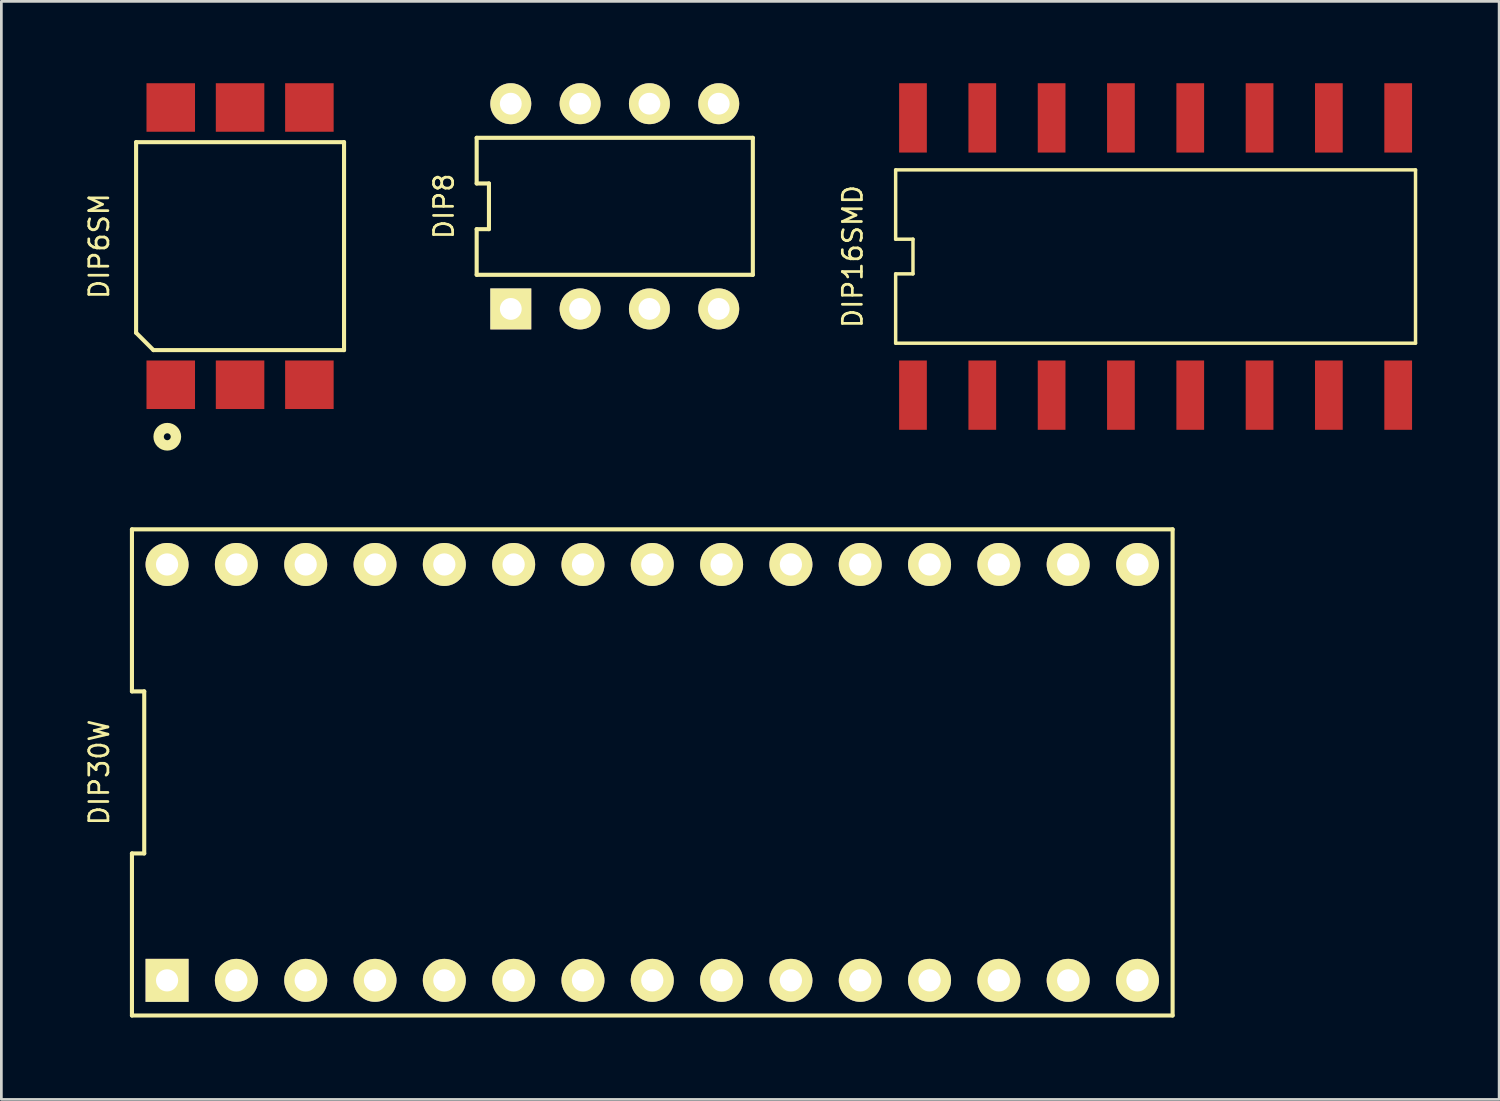
<source format=kicad_pcb>
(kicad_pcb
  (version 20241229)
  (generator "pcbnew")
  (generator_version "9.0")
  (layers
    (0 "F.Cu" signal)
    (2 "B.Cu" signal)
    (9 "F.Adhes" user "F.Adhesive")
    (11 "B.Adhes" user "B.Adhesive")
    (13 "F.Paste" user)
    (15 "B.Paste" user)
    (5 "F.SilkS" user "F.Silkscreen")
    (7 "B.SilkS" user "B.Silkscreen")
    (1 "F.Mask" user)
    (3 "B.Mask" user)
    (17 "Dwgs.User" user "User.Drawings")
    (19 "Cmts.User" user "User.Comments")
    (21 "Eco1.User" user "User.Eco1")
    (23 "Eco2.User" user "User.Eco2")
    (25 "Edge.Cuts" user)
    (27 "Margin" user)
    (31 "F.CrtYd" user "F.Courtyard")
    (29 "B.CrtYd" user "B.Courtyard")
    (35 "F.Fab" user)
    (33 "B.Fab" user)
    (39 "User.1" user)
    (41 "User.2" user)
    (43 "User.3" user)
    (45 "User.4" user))
  (footprint "DIP16SMD"
    (layer "F.Cu")
    (at 39.295 6.35)
    (property "Reference" "DIP16SMD" (at -11.098 0 90) (layer "F.SilkS") (effects (font (size 0.7 0.7) (thickness 0.1))))
    (attr through_hole)
    (fp_line (start -9.525 -3.175) (end 9.525 -3.175) (stroke (width 0.127) (type solid)) (layer "F.SilkS"))
    (fp_line (start -9.525 -0.635) (end -9.525 -3.175) (stroke (width 0.127) (type solid)) (layer "F.SilkS"))
    (fp_line (start -9.525 0.635) (end -8.89 0.635) (stroke (width 0.127) (type solid)) (layer "F.SilkS"))
    (fp_line (start -9.525 3.175) (end -9.525 0.635) (stroke (width 0.127) (type solid)) (layer "F.SilkS"))
    (fp_line (start -8.89 -0.635) (end -9.525 -0.635) (stroke (width 0.127) (type solid)) (layer "F.SilkS"))
    (fp_line (start -8.89 0.635) (end -8.89 -0.635) (stroke (width 0.127) (type solid)) (layer "F.SilkS"))
    (fp_line (start 9.525 -3.175) (end 9.525 3.175) (stroke (width 0.127) (type solid)) (layer "F.SilkS"))
    (fp_line (start 9.525 3.175) (end -9.525 3.175) (stroke (width 0.127) (type solid)) (layer "F.SilkS"))
    (pad "1" smd rect (at -8.89 5.08) (size 1.016 2.54) (layers "F.Cu" "F.Mask" "F.Paste"))
    (pad "2" smd rect (at -6.35 5.08) (size 1.016 2.54) (layers "F.Cu" "F.Mask" "F.Paste"))
    (pad "3" smd rect (at -3.81 5.08) (size 1.016 2.54) (layers "F.Cu" "F.Mask" "F.Paste"))
    (pad "4" smd rect (at -1.27 5.08) (size 1.016 2.54) (layers "F.Cu" "F.Mask" "F.Paste"))
    (pad "5" smd rect (at 1.27 5.08) (size 1.016 2.54) (layers "F.Cu" "F.Mask" "F.Paste"))
    (pad "6" smd rect (at 3.81 5.08) (size 1.016 2.54) (layers "F.Cu" "F.Mask" "F.Paste"))
    (pad "7" smd rect (at 6.35 5.08) (size 1.016 2.54) (layers "F.Cu" "F.Mask" "F.Paste"))
    (pad "8" smd rect (at 8.89 5.08) (size 1.016 2.54) (layers "F.Cu" "F.Mask" "F.Paste"))
    (pad "9" smd rect (at 8.89 -5.08) (size 1.016 2.54) (layers "F.Cu" "F.Mask" "F.Paste"))
    (pad "10" smd rect (at 6.35 -5.08) (size 1.016 2.54) (layers "F.Cu" "F.Mask" "F.Paste"))
    (pad "11" smd rect (at 3.81 -5.08) (size 1.016 2.54) (layers "F.Cu" "F.Mask" "F.Paste"))
    (pad "12" smd rect (at 1.27 -5.08) (size 1.016 2.54) (layers "F.Cu" "F.Mask" "F.Paste"))
    (pad "13" smd rect (at -1.27 -5.08) (size 1.016 2.54) (layers "F.Cu" "F.Mask" "F.Paste"))
    (pad "14" smd rect (at -3.81 -5.08) (size 1.016 2.54) (layers "F.Cu" "F.Mask" "F.Paste"))
    (pad "15" smd rect (at -6.35 -5.08) (size 1.016 2.54) (layers "F.Cu" "F.Mask" "F.Paste"))
    (pad "16" smd rect (at -8.89 -5.08) (size 1.016 2.54) (layers "F.Cu" "F.Mask" "F.Paste")))
  (footprint "DIP8"
    (layer "F.Cu")
    (at 19.477 4.51)
    (property "Reference" "DIP8" (at -6.26 0 90) (layer "F.SilkS") (effects (font (size 0.7 0.7) (thickness 0.1))))
    (attr through_hole)
    (fp_line (start -5.06 -2.51) (end -5.06 -0.837) (stroke (width 0.15) (type solid)) (layer "F.SilkS"))
    (fp_line (start -5.06 -0.837) (end -4.61 -0.837) (stroke (width 0.15) (type solid)) (layer "F.SilkS"))
    (fp_line (start -5.06 0.837) (end -5.06 2.51) (stroke (width 0.15) (type solid)) (layer "F.SilkS"))
    (fp_line (start -5.06 2.51) (end 5.06 2.51) (stroke (width 0.15) (type solid)) (layer "F.SilkS"))
    (fp_line (start -4.61 -0.837) (end -4.61 0.837) (stroke (width 0.15) (type solid)) (layer "F.SilkS"))
    (fp_line (start -4.61 0.837) (end -5.06 0.837) (stroke (width 0.15) (type solid)) (layer "F.SilkS"))
    (fp_line (start 5.06 -2.51) (end -5.06 -2.51) (stroke (width 0.15) (type solid)) (layer "F.SilkS"))
    (fp_line (start 5.06 2.51) (end 5.06 -2.51) (stroke (width 0.15) (type solid)) (layer "F.SilkS"))
    (pad "1" thru_hole rect (at -3.81 3.76) (size 1.5 1.5) (drill 0.8) (layers "*.Cu" "*.Mask" "F.SilkS"))
    (pad "2" thru_hole circle (at -1.27 3.76) (size 1.5 1.5) (drill 0.8) (layers "*.Cu" "*.Mask" "F.SilkS"))
    (pad "3" thru_hole circle (at 1.27 3.76) (size 1.5 1.5) (drill 0.8) (layers "*.Cu" "*.Mask" "F.SilkS"))
    (pad "4" thru_hole circle (at 3.81 3.76) (size 1.5 1.5) (drill 0.8) (layers "*.Cu" "*.Mask" "F.SilkS"))
    (pad "5" thru_hole circle (at 3.81 -3.76) (size 1.5 1.5) (drill 0.8) (layers "*.Cu" "*.Mask" "F.SilkS"))
    (pad "6" thru_hole circle (at 1.27 -3.76) (size 1.5 1.5) (drill 0.8) (layers "*.Cu" "*.Mask" "F.SilkS"))
    (pad "7" thru_hole circle (at -1.27 -3.76) (size 1.5 1.5) (drill 0.8) (layers "*.Cu" "*.Mask" "F.SilkS"))
    (pad "8" thru_hole circle (at -3.81 -3.76) (size 1.5 1.5) (drill 0.8) (layers "*.Cu" "*.Mask" "F.SilkS")))
  (footprint "DIP6SM"
    (layer "F.Cu")
    (at 5.747 5.969)
    (property "Reference" "DIP6SM" (at -5.162 0 90) (layer "F.SilkS") (effects (font (size 0.7 0.7) (thickness 0.1))))
    (attr through_hole)
    (fp_line (start -3.81 -3.81) (end 3.81 -3.81) (stroke (width 0.15) (type solid)) (layer "F.SilkS"))
    (fp_line (start -3.81 3.175) (end -3.81 -3.81) (stroke (width 0.15) (type solid)) (layer "F.SilkS"))
    (fp_line (start -3.175 3.81) (end -3.81 3.175) (stroke (width 0.15) (type solid)) (layer "F.SilkS"))
    (fp_line (start 3.81 -3.81) (end 3.81 3.81) (stroke (width 0.15) (type solid)) (layer "F.SilkS"))
    (fp_line (start 3.81 3.81) (end -3.175 3.81) (stroke (width 0.15) (type solid)) (layer "F.SilkS"))
    (fp_circle (center -2.667 6.985) (end -2.54 6.985) (stroke (width 0.381) (type solid)) (fill no) (layer "F.SilkS"))
    (pad "1" smd rect (at -2.54 5.08) (size 1.778 1.778) (layers "F.Cu" "F.Mask" "F.Paste"))
    (pad "2" smd rect (at 0 5.08) (size 1.778 1.778) (layers "F.Cu" "F.Mask" "F.Paste"))
    (pad "3" smd rect (at 2.54 5.08) (size 1.778 1.778) (layers "F.Cu" "F.Mask" "F.Paste"))
    (pad "4" smd rect (at 2.54 -5.08) (size 1.778 1.778) (layers "F.Cu" "F.Mask" "F.Paste"))
    (pad "5" smd rect (at 0 -5.08) (size 1.778 1.778) (layers "F.Cu" "F.Mask" "F.Paste"))
    (pad "6" smd rect (at -2.54 -5.08) (size 1.778 1.778) (layers "F.Cu" "F.Mask" "F.Paste")))
  (footprint "DIP30W"
    (layer "F.Cu")
    (at 20.852 25.254)
    (property "Reference" "DIP30W" (at -20.267 0 90) (layer "F.SilkS") (effects (font (size 0.7 0.7) (thickness 0.1))))
    (attr through_hole)
    (fp_line (start -19.067 -8.907) (end -19.067 -2.969) (stroke (width 0.15) (type solid)) (layer "F.SilkS"))
    (fp_line (start -19.067 -2.969) (end -18.617 -2.969) (stroke (width 0.15) (type solid)) (layer "F.SilkS"))
    (fp_line (start -19.067 2.969) (end -19.067 8.907) (stroke (width 0.15) (type solid)) (layer "F.SilkS"))
    (fp_line (start -19.067 8.907) (end 19.067 8.907) (stroke (width 0.15) (type solid)) (layer "F.SilkS"))
    (fp_line (start -18.617 -2.969) (end -18.617 2.969) (stroke (width 0.15) (type solid)) (layer "F.SilkS"))
    (fp_line (start -18.617 2.969) (end -19.067 2.969) (stroke (width 0.15) (type solid)) (layer "F.SilkS"))
    (fp_line (start 19.067 -8.907) (end -19.067 -8.907) (stroke (width 0.15) (type solid)) (layer "F.SilkS"))
    (fp_line (start 19.067 8.907) (end 19.067 -8.907) (stroke (width 0.15) (type solid)) (layer "F.SilkS"))
    (pad "1" thru_hole rect (at -17.78 7.62) (size 1.575 1.575) (drill 0.813) (layers "*.Cu" "*.Mask" "F.SilkS"))
    (pad "2" thru_hole circle (at -15.24 7.62) (size 1.575 1.575) (drill 0.813) (layers "*.Cu" "*.Mask" "F.SilkS"))
    (pad "3" thru_hole circle (at -12.7 7.62) (size 1.575 1.575) (drill 0.813) (layers "*.Cu" "*.Mask" "F.SilkS"))
    (pad "4" thru_hole circle (at -10.16 7.62) (size 1.575 1.575) (drill 0.813) (layers "*.Cu" "*.Mask" "F.SilkS"))
    (pad "5" thru_hole circle (at -7.62 7.62) (size 1.575 1.575) (drill 0.813) (layers "*.Cu" "*.Mask" "F.SilkS"))
    (pad "6" thru_hole circle (at -5.08 7.62) (size 1.575 1.575) (drill 0.813) (layers "*.Cu" "*.Mask" "F.SilkS"))
    (pad "7" thru_hole circle (at -2.54 7.62) (size 1.575 1.575) (drill 0.813) (layers "*.Cu" "*.Mask" "F.SilkS"))
    (pad "8" thru_hole circle (at 0 7.62) (size 1.575 1.575) (drill 0.813) (layers "*.Cu" "*.Mask" "F.SilkS"))
    (pad "9" thru_hole circle (at 2.54 7.62) (size 1.575 1.575) (drill 0.813) (layers "*.Cu" "*.Mask" "F.SilkS"))
    (pad "10" thru_hole circle (at 5.08 7.62) (size 1.575 1.575) (drill 0.813) (layers "*.Cu" "*.Mask" "F.SilkS"))
    (pad "11" thru_hole circle (at 7.62 7.62) (size 1.575 1.575) (drill 0.813) (layers "*.Cu" "*.Mask" "F.SilkS"))
    (pad "12" thru_hole circle (at 10.16 7.62) (size 1.575 1.575) (drill 0.813) (layers "*.Cu" "*.Mask" "F.SilkS"))
    (pad "13" thru_hole circle (at 12.7 7.62) (size 1.575 1.575) (drill 0.813) (layers "*.Cu" "*.Mask" "F.SilkS"))
    (pad "14" thru_hole circle (at 15.24 7.62) (size 1.575 1.575) (drill 0.813) (layers "*.Cu" "*.Mask" "F.SilkS"))
    (pad "15" thru_hole circle (at 17.78 7.62) (size 1.575 1.575) (drill 0.813) (layers "*.Cu" "*.Mask" "F.SilkS"))
    (pad "16" thru_hole circle (at 17.78 -7.62) (size 1.575 1.575) (drill 0.813) (layers "*.Cu" "*.Mask" "F.SilkS"))
    (pad "17" thru_hole circle (at 15.24 -7.62) (size 1.575 1.575) (drill 0.813) (layers "*.Cu" "*.Mask" "F.SilkS"))
    (pad "18" thru_hole circle (at 12.7 -7.62) (size 1.575 1.575) (drill 0.813) (layers "*.Cu" "*.Mask" "F.SilkS"))
    (pad "19" thru_hole circle (at 10.16 -7.62) (size 1.575 1.575) (drill 0.813) (layers "*.Cu" "*.Mask" "F.SilkS"))
    (pad "20" thru_hole circle (at 7.62 -7.62) (size 1.575 1.575) (drill 0.813) (layers "*.Cu" "*.Mask" "F.SilkS"))
    (pad "21" thru_hole circle (at 5.08 -7.62) (size 1.575 1.575) (drill 0.813) (layers "*.Cu" "*.Mask" "F.SilkS"))
    (pad "22" thru_hole circle (at 2.54 -7.62) (size 1.575 1.575) (drill 0.813) (layers "*.Cu" "*.Mask" "F.SilkS"))
    (pad "23" thru_hole circle (at 0 -7.62) (size 1.575 1.575) (drill 0.813) (layers "*.Cu" "*.Mask" "F.SilkS"))
    (pad "24" thru_hole circle (at -2.54 -7.62) (size 1.575 1.575) (drill 0.813) (layers "*.Cu" "*.Mask" "F.SilkS"))
    (pad "25" thru_hole circle (at -5.08 -7.62) (size 1.575 1.575) (drill 0.813) (layers "*.Cu" "*.Mask" "F.SilkS"))
    (pad "26" thru_hole circle (at -7.62 -7.62) (size 1.575 1.575) (drill 0.813) (layers "*.Cu" "*.Mask" "F.SilkS"))
    (pad "27" thru_hole circle (at -10.16 -7.62) (size 1.575 1.575) (drill 0.813) (layers "*.Cu" "*.Mask" "F.SilkS"))
    (pad "28" thru_hole circle (at -12.7 -7.62) (size 1.575 1.575) (drill 0.813) (layers "*.Cu" "*.Mask" "F.SilkS"))
    (pad "29" thru_hole circle (at -15.24 -7.62) (size 1.575 1.575) (drill 0.813) (layers "*.Cu" "*.Mask" "F.SilkS"))
    (pad "30" thru_hole circle (at -17.78 -7.62) (size 1.575 1.575) (drill 0.813) (layers "*.Cu" "*.Mask" "F.SilkS")))
  (gr_rect
    (start -3 -3)
    (end 51.884 37.236)
    (stroke (width 0.1) (type default))
    (fill no)
    (layer "Edge.Cuts")))
</source>
